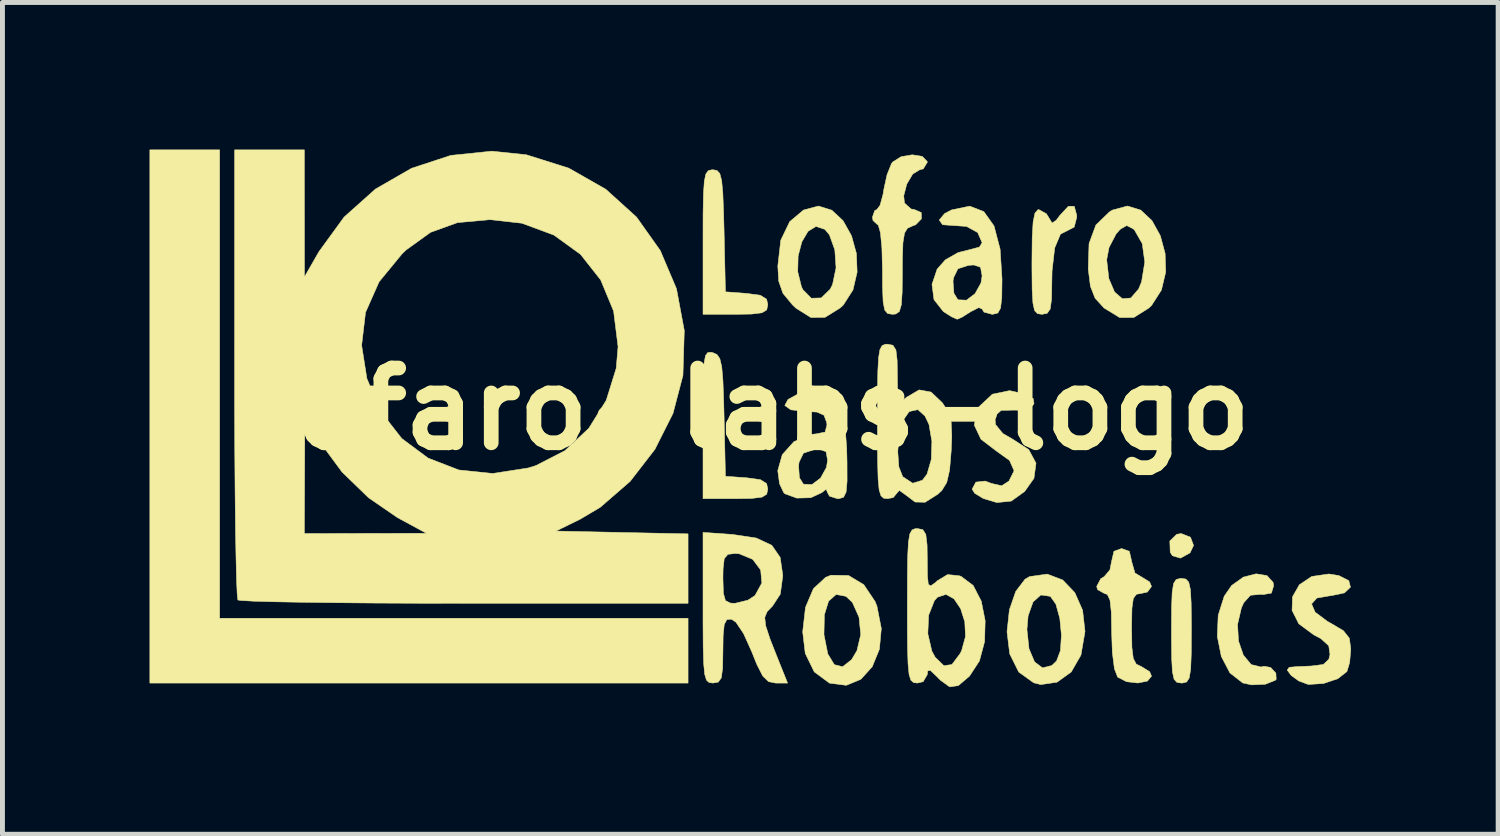
<source format=kicad_pcb>
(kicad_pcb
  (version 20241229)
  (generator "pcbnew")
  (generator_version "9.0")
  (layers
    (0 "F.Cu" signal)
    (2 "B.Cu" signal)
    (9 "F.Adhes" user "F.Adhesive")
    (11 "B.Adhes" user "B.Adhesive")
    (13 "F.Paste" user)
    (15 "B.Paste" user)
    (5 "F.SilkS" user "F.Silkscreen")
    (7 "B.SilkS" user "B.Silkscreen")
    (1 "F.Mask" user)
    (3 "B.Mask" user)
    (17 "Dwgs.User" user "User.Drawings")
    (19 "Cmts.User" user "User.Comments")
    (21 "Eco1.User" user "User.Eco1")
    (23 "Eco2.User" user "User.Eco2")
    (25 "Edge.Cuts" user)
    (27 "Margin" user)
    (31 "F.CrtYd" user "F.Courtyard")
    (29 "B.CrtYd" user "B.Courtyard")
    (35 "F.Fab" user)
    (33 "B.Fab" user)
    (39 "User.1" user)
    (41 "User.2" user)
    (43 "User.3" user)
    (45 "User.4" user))
  (footprint "lofaro-labs-logo"
    (layer "F.Cu")
    (at 12.299 5.288)
    (property "Reference" "lofaro-labs-logo" (at 0 0 0) (layer "F.SilkS") (effects (font (size 1.524 1.524) (thickness 0.3))))
    (attr through_hole)
    (fp_poly (pts (xy -10.871 4.267) (xy -1.321 4.267) (xy -1.321 5.588) (xy -12.294 5.588) (xy -12.294 -5.283) (xy -10.871 -5.283) (xy -10.871 4.267)) (stroke (width 0.01) (type solid)) (fill yes) (layer "F.SilkS"))
    (fp_poly (pts (xy 8.922 2.614) (xy 8.985 2.781) (xy 8.913 2.934) (xy 8.718 3.041) (xy 8.554 2.993) (xy 8.509 2.921) (xy 8.501 2.692) (xy 8.641 2.555) (xy 8.735 2.54) (xy 8.922 2.614)) (stroke (width 0.01) (type solid)) (fill yes) (layer "F.SilkS"))
    (fp_poly (pts (xy -0.816 -1.148) (xy -0.731 -1.11) (xy -0.673 -1.025) (xy -0.634 -0.858) (xy -0.61 -0.575) (xy -0.594 -0.14) (xy -0.587 0.138) (xy -0.559 1.372) (xy -0.127 1.403) (xy 0.153 1.441) (xy 0.28 1.52) (xy 0.305 1.631) (xy 0.283 1.738) (xy 0.186 1.798) (xy -0.029 1.824) (xy -0.356 1.829) (xy -1.016 1.829) (xy -1.016 0.314) (xy -1.015 -0.268) (xy -1.008 -0.677) (xy -0.993 -0.941) (xy -0.965 -1.089) (xy -0.919 -1.151) (xy -0.852 -1.156) (xy -0.816 -1.148)) (stroke (width 0.01) (type solid)) (fill yes) (layer "F.SilkS"))
    (fp_poly (pts (xy -0.732 -4.863) (xy -0.674 -4.801) (xy -0.636 -4.656) (xy -0.612 -4.396) (xy -0.596 -3.987) (xy -0.587 -3.632) (xy -0.559 -2.388) (xy -0.127 -2.356) (xy 0.153 -2.318) (xy 0.28 -2.239) (xy 0.305 -2.128) (xy 0.283 -2.021) (xy 0.186 -1.961) (xy -0.029 -1.935) (xy -0.356 -1.93) (xy -1.016 -1.93) (xy -1.016 -3.404) (xy -1.015 -3.978) (xy -1.007 -4.38) (xy -0.99 -4.64) (xy -0.959 -4.789) (xy -0.91 -4.858) (xy -0.838 -4.876) (xy -0.816 -4.877) (xy -0.732 -4.863)) (stroke (width 0.01) (type solid)) (fill yes) (layer "F.SilkS"))
    (fp_poly (pts (xy 8.828 3.468) (xy 8.887 3.532) (xy 8.921 3.683) (xy 8.936 3.956) (xy 8.941 4.388) (xy 8.941 4.521) (xy 8.938 4.997) (xy 8.926 5.306) (xy 8.897 5.483) (xy 8.845 5.565) (xy 8.763 5.587) (xy 8.738 5.588) (xy 8.647 5.575) (xy 8.588 5.511) (xy 8.554 5.36) (xy 8.539 5.087) (xy 8.534 4.655) (xy 8.534 4.521) (xy 8.537 4.045) (xy 8.549 3.737) (xy 8.578 3.559) (xy 8.63 3.477) (xy 8.712 3.455) (xy 8.738 3.454) (xy 8.828 3.468)) (stroke (width 0.01) (type solid)) (fill yes) (layer "F.SilkS"))
    (fp_poly (pts (xy 6.603 -3.948) (xy 6.604 -3.912) (xy 6.552 -3.709) (xy 6.455 -3.658) (xy 6.272 -3.565) (xy 6.154 -3.284) (xy 6.1 -2.813) (xy 6.096 -2.597) (xy 6.09 -2.238) (xy 6.062 -2.037) (xy 5.999 -1.949) (xy 5.893 -1.93) (xy 5.802 -1.944) (xy 5.743 -2.008) (xy 5.71 -2.159) (xy 5.694 -2.432) (xy 5.69 -2.864) (xy 5.69 -2.997) (xy 5.695 -3.492) (xy 5.714 -3.813) (xy 5.751 -3.993) (xy 5.81 -4.061) (xy 5.831 -4.064) (xy 5.984 -3.981) (xy 6.038 -3.894) (xy 6.1 -3.791) (xy 6.184 -3.846) (xy 6.258 -3.945) (xy 6.432 -4.132) (xy 6.553 -4.133) (xy 6.603 -3.948)) (stroke (width 0.01) (type solid)) (fill yes) (layer "F.SilkS"))
    (fp_poly (pts (xy 10.482 3.397) (xy 10.607 3.536) (xy 10.617 3.607) (xy 10.572 3.754) (xy 10.402 3.784) (xy 10.352 3.779) (xy 10.145 3.798) (xy 10.009 3.949) (xy 9.96 4.057) (xy 9.882 4.393) (xy 9.901 4.73) (xy 10 5.018) (xy 10.16 5.211) (xy 10.362 5.261) (xy 10.417 5.245) (xy 10.555 5.269) (xy 10.663 5.385) (xy 10.67 5.511) (xy 10.655 5.529) (xy 10.45 5.612) (xy 10.17 5.625) (xy 9.988 5.586) (xy 9.726 5.381) (xy 9.551 5.046) (xy 9.469 4.636) (xy 9.487 4.208) (xy 9.61 3.818) (xy 9.761 3.599) (xy 10 3.428) (xy 10.26 3.361) (xy 10.482 3.397)) (stroke (width 0.01) (type solid)) (fill yes) (layer "F.SilkS"))
    (fp_poly (pts (xy 5.527 -0.309) (xy 5.716 -0.211) (xy 5.732 -0.109) (xy 5.7 -0.063) (xy 5.512 0.027) (xy 5.323 0.023) (xy 5.062 0.029) (xy 4.935 0.143) (xy 4.946 0.315) (xy 5.095 0.499) (xy 5.294 0.614) (xy 5.625 0.829) (xy 5.773 1.105) (xy 5.731 1.414) (xy 5.542 1.681) (xy 5.269 1.878) (xy 4.975 1.908) (xy 4.699 1.826) (xy 4.523 1.719) (xy 4.47 1.635) (xy 4.547 1.491) (xy 4.735 1.47) (xy 4.868 1.519) (xy 5.073 1.566) (xy 5.221 1.47) (xy 5.326 1.26) (xy 5.233 1.049) (xy 4.962 0.855) (xy 4.65 0.616) (xy 4.515 0.33) (xy 4.57 0.024) (xy 4.61 -0.045) (xy 4.883 -0.301) (xy 5.234 -0.374) (xy 5.527 -0.309)) (stroke (width 0.01) (type solid)) (fill yes) (layer "F.SilkS"))
    (fp_poly (pts (xy 1.951 3.395) (xy 2.261 3.581) (xy 2.492 3.925) (xy 2.53 4.021) (xy 2.619 4.476) (xy 2.58 4.898) (xy 2.434 5.255) (xy 2.202 5.511) (xy 1.905 5.634) (xy 1.565 5.59) (xy 1.56 5.588) (xy 1.252 5.36) (xy 1.068 4.983) (xy 1.022 4.593) (xy 1.45 4.593) (xy 1.451 4.608) (xy 1.528 4.994) (xy 1.661 5.213) (xy 1.83 5.255) (xy 2.013 5.111) (xy 2.122 4.928) (xy 2.2 4.599) (xy 2.164 4.244) (xy 2.03 3.945) (xy 1.899 3.82) (xy 1.698 3.782) (xy 1.545 3.916) (xy 1.458 4.196) (xy 1.45 4.593) (xy 1.022 4.593) (xy 1.016 4.544) (xy 1.073 4.044) (xy 1.235 3.663) (xy 1.485 3.431) (xy 1.595 3.389) (xy 1.951 3.395)) (stroke (width 0.01) (type solid)) (fill yes) (layer "F.SilkS"))
    (fp_poly (pts (xy 6.318 3.487) (xy 6.564 3.744) (xy 6.723 4.104) (xy 6.772 4.536) (xy 6.691 5.007) (xy 6.685 5.025) (xy 6.491 5.362) (xy 6.202 5.57) (xy 5.87 5.619) (xy 5.726 5.583) (xy 5.421 5.364) (xy 5.237 4.994) (xy 5.182 4.544) (xy 5.187 4.496) (xy 5.588 4.496) (xy 5.63 4.888) (xy 5.743 5.156) (xy 5.905 5.278) (xy 6.094 5.231) (xy 6.191 5.139) (xy 6.271 4.926) (xy 6.291 4.61) (xy 6.258 4.269) (xy 6.178 3.979) (xy 6.065 3.82) (xy 5.871 3.792) (xy 5.712 3.935) (xy 5.612 4.218) (xy 5.588 4.496) (xy 5.187 4.496) (xy 5.23 4.096) (xy 5.359 3.721) (xy 5.548 3.472) (xy 5.643 3.416) (xy 6.003 3.367) (xy 6.318 3.487)) (stroke (width 0.01) (type solid)) (fill yes) (layer "F.SilkS"))
    (fp_poly (pts (xy 1.61 -4.052) (xy 1.839 -3.839) (xy 2.011 -3.532) (xy 2.111 -3.171) (xy 2.126 -2.79) (xy 2.041 -2.427) (xy 1.844 -2.119) (xy 1.782 -2.061) (xy 1.471 -1.868) (xy 1.182 -1.865) (xy 0.88 -2.054) (xy 0.805 -2.126) (xy 0.613 -2.359) (xy 0.527 -2.607) (xy 0.516 -2.799) (xy 0.915 -2.799) (xy 0.99 -2.494) (xy 1.02 -2.432) (xy 1.192 -2.258) (xy 1.394 -2.264) (xy 1.576 -2.441) (xy 1.625 -2.538) (xy 1.696 -2.878) (xy 1.671 -3.244) (xy 1.561 -3.55) (xy 1.469 -3.661) (xy 1.287 -3.722) (xy 1.125 -3.622) (xy 0.998 -3.406) (xy 0.923 -3.118) (xy 0.915 -2.799) (xy 0.516 -2.799) (xy 0.509 -2.913) (xy 0.569 -3.44) (xy 0.752 -3.82) (xy 1.033 -4.056) (xy 1.337 -4.137) (xy 1.61 -4.052)) (stroke (width 0.01) (type solid)) (fill yes) (layer "F.SilkS"))
    (fp_poly (pts (xy 7.909 -4.054) (xy 8.137 -3.84) (xy 8.307 -3.534) (xy 8.405 -3.172) (xy 8.417 -2.79) (xy 8.33 -2.425) (xy 8.131 -2.114) (xy 8.072 -2.057) (xy 7.767 -1.865) (xy 7.478 -1.864) (xy 7.166 -2.055) (xy 7.153 -2.066) (xy 6.977 -2.259) (xy 6.882 -2.502) (xy 6.838 -2.853) (xy 6.844 -3.043) (xy 7.214 -3.043) (xy 7.258 -2.657) (xy 7.374 -2.386) (xy 7.533 -2.248) (xy 7.705 -2.262) (xy 7.864 -2.444) (xy 7.925 -2.591) (xy 7.991 -2.995) (xy 7.939 -3.371) (xy 7.78 -3.649) (xy 7.754 -3.673) (xy 7.62 -3.74) (xy 7.489 -3.663) (xy 7.405 -3.567) (xy 7.262 -3.293) (xy 7.214 -3.043) (xy 6.844 -3.043) (xy 6.854 -3.372) (xy 6.994 -3.751) (xy 7.272 -4.02) (xy 7.333 -4.056) (xy 7.637 -4.138) (xy 7.909 -4.054)) (stroke (width 0.01) (type solid)) (fill yes) (layer "F.SilkS"))
    (fp_poly (pts (xy 7.676 2.902) (xy 7.722 3.102) (xy 7.722 3.108) (xy 7.79 3.344) (xy 7.925 3.425) (xy 8.09 3.527) (xy 8.128 3.619) (xy 8.043 3.733) (xy 7.925 3.759) (xy 7.819 3.778) (xy 7.757 3.864) (xy 7.729 4.059) (xy 7.722 4.408) (xy 7.722 4.48) (xy 7.728 4.862) (xy 7.756 5.087) (xy 7.817 5.202) (xy 7.924 5.253) (xy 7.925 5.254) (xy 8.09 5.356) (xy 8.128 5.447) (xy 8.044 5.548) (xy 7.848 5.587) (xy 7.619 5.56) (xy 7.438 5.467) (xy 7.437 5.466) (xy 7.371 5.295) (xy 7.329 4.962) (xy 7.315 4.552) (xy 7.308 4.141) (xy 7.281 3.896) (xy 7.227 3.782) (xy 7.163 3.759) (xy 7.028 3.683) (xy 7.01 3.618) (xy 7.092 3.461) (xy 7.163 3.418) (xy 7.279 3.282) (xy 7.315 3.102) (xy 7.362 2.901) (xy 7.518 2.845) (xy 7.676 2.902)) (stroke (width 0.01) (type solid)) (fill yes) (layer "F.SilkS"))
    (fp_poly (pts (xy 11.945 3.396) (xy 12.15 3.5) (xy 12.184 3.633) (xy 12.062 3.749) (xy 11.803 3.804) (xy 11.787 3.805) (xy 11.499 3.854) (xy 11.391 3.975) (xy 11.463 4.142) (xy 11.715 4.331) (xy 11.779 4.366) (xy 12.041 4.521) (xy 12.161 4.674) (xy 12.19 4.89) (xy 12.19 4.904) (xy 12.167 5.171) (xy 12.112 5.353) (xy 12.112 5.353) (xy 11.926 5.499) (xy 11.634 5.597) (xy 11.336 5.616) (xy 11.31 5.612) (xy 11.13 5.545) (xy 10.974 5.432) (xy 10.894 5.323) (xy 10.935 5.267) (xy 11.089 5.253) (xy 11.348 5.242) (xy 11.379 5.241) (xy 11.631 5.209) (xy 11.743 5.103) (xy 11.767 5.005) (xy 11.741 4.827) (xy 11.578 4.68) (xy 11.434 4.604) (xy 11.131 4.38) (xy 10.993 4.107) (xy 11.003 3.828) (xy 11.142 3.584) (xy 11.394 3.415) (xy 11.74 3.364) (xy 11.945 3.396)) (stroke (width 0.01) (type solid)) (fill yes) (layer "F.SilkS"))
    (fp_poly (pts (xy 3.453 -5.15) (xy 3.554 -5.047) (xy 3.556 -5.029) (xy 3.474 -4.895) (xy 3.401 -4.877) (xy 3.259 -4.79) (xy 3.138 -4.585) (xy 3.076 -4.346) (xy 3.091 -4.199) (xy 3.225 -4.078) (xy 3.299 -4.064) (xy 3.434 -4.004) (xy 3.437 -3.876) (xy 3.32 -3.756) (xy 3.251 -3.73) (xy 3.152 -3.685) (xy 3.092 -3.585) (xy 3.06 -3.39) (xy 3.049 -3.055) (xy 3.048 -2.804) (xy 3.044 -2.381) (xy 3.027 -2.122) (xy 2.987 -1.987) (xy 2.915 -1.937) (xy 2.845 -1.93) (xy 2.748 -1.946) (xy 2.688 -2.017) (xy 2.656 -2.184) (xy 2.644 -2.484) (xy 2.642 -2.845) (xy 2.631 -3.283) (xy 2.601 -3.595) (xy 2.557 -3.749) (xy 2.54 -3.759) (xy 2.45 -3.841) (xy 2.438 -3.912) (xy 2.486 -4.047) (xy 2.527 -4.064) (xy 2.594 -4.154) (xy 2.655 -4.379) (xy 2.67 -4.474) (xy 2.735 -4.774) (xy 2.826 -5.001) (xy 2.848 -5.033) (xy 3.022 -5.143) (xy 3.25 -5.182) (xy 3.453 -5.15)) (stroke (width 0.01) (type solid)) (fill yes) (layer "F.SilkS"))
    (fp_poly (pts (xy 4.709 -4.024) (xy 4.917 -3.732) (xy 5.041 -3.259) (xy 5.08 -2.645) (xy 5.075 -2.27) (xy 5.05 -2.055) (xy 4.994 -1.956) (xy 4.894 -1.931) (xy 4.877 -1.93) (xy 4.712 -1.975) (xy 4.674 -2.038) (xy 4.605 -2.067) (xy 4.448 -1.987) (xy 4.262 -1.87) (xy 4.166 -1.829) (xy 4.049 -1.881) (xy 3.883 -1.987) (xy 3.693 -2.229) (xy 3.652 -2.54) (xy 3.673 -2.602) (xy 4.081 -2.602) (xy 4.099 -2.359) (xy 4.181 -2.226) (xy 4.355 -2.218) (xy 4.53 -2.351) (xy 4.651 -2.569) (xy 4.674 -2.715) (xy 4.642 -2.889) (xy 4.505 -2.936) (xy 4.394 -2.928) (xy 4.181 -2.859) (xy 4.092 -2.677) (xy 4.081 -2.602) (xy 3.673 -2.602) (xy 3.757 -2.851) (xy 3.925 -3.041) (xy 4.185 -3.189) (xy 4.433 -3.251) (xy 4.621 -3.302) (xy 4.674 -3.391) (xy 4.584 -3.597) (xy 4.356 -3.722) (xy 4.109 -3.739) (xy 3.868 -3.756) (xy 3.8 -3.852) (xy 3.909 -3.984) (xy 4.053 -4.059) (xy 4.421 -4.135) (xy 4.709 -4.024)) (stroke (width 0.01) (type solid)) (fill yes) (layer "F.SilkS"))
    (fp_poly (pts (xy 1.388 -0.356) (xy 1.508 -0.296) (xy 1.688 -0.157) (xy 1.808 0.045) (xy 1.879 0.351) (xy 1.913 0.799) (xy 1.92 1.092) (xy 1.921 1.474) (xy 1.901 1.695) (xy 1.85 1.799) (xy 1.757 1.828) (xy 1.727 1.829) (xy 1.562 1.778) (xy 1.524 1.707) (xy 1.494 1.636) (xy 1.402 1.707) (xy 1.182 1.809) (xy 0.896 1.817) (xy 0.657 1.73) (xy 0.63 1.707) (xy 0.544 1.525) (xy 0.508 1.258) (xy 0.508 1.257) (xy 0.536 1.157) (xy 0.932 1.157) (xy 0.949 1.401) (xy 1.031 1.533) (xy 1.205 1.541) (xy 1.381 1.408) (xy 1.501 1.19) (xy 1.524 1.044) (xy 1.492 0.87) (xy 1.355 0.823) (xy 1.245 0.831) (xy 1.032 0.9) (xy 0.943 1.083) (xy 0.932 1.157) (xy 0.536 1.157) (xy 0.6 0.931) (xy 0.837 0.667) (xy 1.16 0.521) (xy 1.291 0.508) (xy 1.473 0.471) (xy 1.511 0.324) (xy 1.506 0.279) (xy 1.451 0.128) (xy 1.306 0.063) (xy 1.075 0.051) (xy 0.774 0.017) (xy 0.651 -0.071) (xy 0.716 -0.193) (xy 0.925 -0.309) (xy 1.184 -0.388) (xy 1.388 -0.356)) (stroke (width 0.01) (type solid)) (fill yes) (layer "F.SilkS"))
    (fp_poly (pts (xy -0.41 2.559) (xy 0.073 2.632) (xy 0.387 2.78) (xy 0.557 3.026) (xy 0.61 3.39) (xy 0.61 3.404) (xy 0.56 3.774) (xy 0.4 4.019) (xy 0.291 4.132) (xy 0.243 4.249) (xy 0.261 4.419) (xy 0.349 4.687) (xy 0.494 5.055) (xy 0.708 5.588) (xy 0.465 5.588) (xy 0.32 5.559) (xy 0.201 5.444) (xy 0.078 5.201) (xy -0.021 4.953) (xy -0.189 4.58) (xy -0.345 4.347) (xy -0.437 4.286) (xy -0.53 4.294) (xy -0.583 4.393) (xy -0.606 4.621) (xy -0.61 4.92) (xy -0.616 5.28) (xy -0.643 5.481) (xy -0.706 5.569) (xy -0.813 5.588) (xy -0.891 5.578) (xy -0.946 5.528) (xy -0.982 5.408) (xy -1.003 5.189) (xy -1.013 4.839) (xy -1.016 4.329) (xy -1.016 4.052) (xy -1.016 3.454) (xy -0.61 3.454) (xy -0.601 3.756) (xy -0.559 3.907) (xy -0.457 3.958) (xy -0.363 3.962) (xy -0.101 3.898) (xy 0.044 3.803) (xy 0.184 3.547) (xy 0.159 3.282) (xy -0.004 3.065) (xy -0.279 2.952) (xy -0.363 2.946) (xy -0.509 2.964) (xy -0.583 3.051) (xy -0.607 3.26) (xy -0.61 3.454) (xy -1.016 3.454) (xy -1.016 2.516) (xy -0.41 2.559)) (stroke (width 0.01) (type solid)) (fill yes) (layer "F.SilkS"))
    (fp_poly (pts (xy 2.856 -1.299) (xy 2.917 -1.203) (xy 2.942 -0.988) (xy 2.946 -0.695) (xy 2.95 -0.357) (xy 2.97 -0.188) (xy 3.02 -0.154) (xy 3.115 -0.223) (xy 3.132 -0.238) (xy 3.39 -0.389) (xy 3.633 -0.345) (xy 3.863 -0.127) (xy 3.983 0.057) (xy 4.043 0.263) (xy 4.056 0.558) (xy 4.044 0.85) (xy 4.011 1.247) (xy 3.953 1.498) (xy 3.852 1.663) (xy 3.769 1.739) (xy 3.512 1.902) (xy 3.307 1.897) (xy 3.121 1.756) (xy 2.986 1.66) (xy 2.946 1.705) (xy 2.862 1.806) (xy 2.743 1.829) (xy 2.666 1.819) (xy 2.612 1.77) (xy 2.575 1.652) (xy 2.554 1.435) (xy 2.544 1.09) (xy 2.542 0.866) (xy 2.954 0.866) (xy 2.976 1.179) (xy 3.055 1.38) (xy 3.259 1.514) (xy 3.457 1.453) (xy 3.552 1.327) (xy 3.638 1.028) (xy 3.65 0.659) (xy 3.591 0.316) (xy 3.511 0.146) (xy 3.364 0.013) (xy 3.201 0.049) (xy 3.181 0.061) (xy 3.064 0.231) (xy 2.985 0.525) (xy 2.954 0.866) (xy 2.542 0.866) (xy 2.54 0.587) (xy 2.54 0.254) (xy 2.541 -0.343) (xy 2.548 -0.766) (xy 2.563 -1.046) (xy 2.591 -1.211) (xy 2.635 -1.292) (xy 2.7 -1.319) (xy 2.743 -1.321) (xy 2.856 -1.299)) (stroke (width 0.01) (type solid)) (fill yes) (layer "F.SilkS"))
    (fp_poly (pts (xy 3.465 2.46) (xy 3.526 2.556) (xy 3.552 2.772) (xy 3.556 3.064) (xy 3.559 3.404) (xy 3.577 3.574) (xy 3.628 3.607) (xy 3.725 3.536) (xy 3.762 3.502) (xy 3.97 3.376) (xy 4.209 3.401) (xy 4.245 3.413) (xy 4.492 3.598) (xy 4.657 3.918) (xy 4.736 4.317) (xy 4.725 4.742) (xy 4.619 5.138) (xy 4.416 5.448) (xy 4.189 5.64) (xy 4.013 5.666) (xy 3.823 5.529) (xy 3.763 5.467) (xy 3.618 5.329) (xy 3.563 5.341) (xy 3.556 5.416) (xy 3.472 5.56) (xy 3.353 5.588) (xy 3.276 5.578) (xy 3.221 5.529) (xy 3.185 5.411) (xy 3.164 5.195) (xy 3.153 4.85) (xy 3.151 4.582) (xy 3.567 4.582) (xy 3.65 4.938) (xy 3.718 5.063) (xy 3.895 5.234) (xy 4.059 5.21) (xy 4.225 4.988) (xy 4.256 4.928) (xy 4.335 4.639) (xy 4.321 4.34) (xy 4.236 4.071) (xy 4.101 3.871) (xy 3.937 3.78) (xy 3.765 3.837) (xy 3.702 3.906) (xy 3.584 4.205) (xy 3.567 4.582) (xy 3.151 4.582) (xy 3.15 4.347) (xy 3.15 4.013) (xy 3.151 3.416) (xy 3.157 2.993) (xy 3.172 2.713) (xy 3.2 2.548) (xy 3.245 2.467) (xy 3.31 2.44) (xy 3.353 2.438) (xy 3.465 2.46)) (stroke (width 0.01) (type solid)) (fill yes) (layer "F.SilkS"))
    (fp_poly (pts (xy -9.142 -2.692) (xy -8.846 -3.208) (xy -8.333 -3.913) (xy -7.694 -4.484) (xy -6.959 -4.907) (xy -6.158 -5.17) (xy -5.322 -5.256) (xy -4.618 -5.183) (xy -3.753 -4.91) (xy -2.999 -4.48) (xy -2.372 -3.913) (xy -1.887 -3.229) (xy -1.557 -2.451) (xy -1.398 -1.598) (xy -1.425 -0.691) (xy -1.427 -0.677) (xy -1.628 0.09) (xy -1.996 0.822) (xy -2.501 1.475) (xy -3.109 2.003) (xy -3.522 2.248) (xy -4.013 2.489) (xy -2.667 2.518) (xy -1.321 2.546) (xy -1.321 3.254) (xy -1.321 3.962) (xy -5.876 3.962) (xy -6.819 3.961) (xy -7.699 3.957) (xy -8.495 3.95) (xy -9.187 3.941) (xy -9.754 3.931) (xy -10.175 3.919) (xy -10.429 3.905) (xy -10.499 3.895) (xy -10.513 3.782) (xy -10.526 3.487) (xy -10.537 3.03) (xy -10.546 2.54) (xy -9.144 2.54) (xy -7.899 2.537) (xy -6.655 2.535) (xy -7.247 2.214) (xy -7.835 1.81) (xy -8.376 1.285) (xy -8.804 0.705) (xy -8.923 0.486) (xy -9.134 0.051) (xy -9.144 2.54) (xy -10.546 2.54) (xy -10.548 2.433) (xy -10.556 1.714) (xy -10.562 0.897) (xy -10.566 0.000022) (xy -10.566 -0.728) (xy -10.566 -1.297) (xy -7.976 -1.297) (xy -7.869 -0.62) (xy -7.583 0.057) (xy -7.158 0.602) (xy -6.62 1.002) (xy -5.993 1.244) (xy -5.303 1.315) (xy -4.577 1.202) (xy -4.423 1.154) (xy -3.832 0.85) (xy -3.346 0.395) (xy -2.989 -0.177) (xy -2.786 -0.829) (xy -2.748 -1.27) (xy -2.839 -1.995) (xy -3.102 -2.63) (xy -3.514 -3.153) (xy -4.056 -3.545) (xy -4.709 -3.787) (xy -5.363 -3.86) (xy -6.022 -3.799) (xy -6.571 -3.601) (xy -7.068 -3.243) (xy -7.146 -3.17) (xy -7.62 -2.593) (xy -7.897 -1.968) (xy -7.976 -1.297) (xy -10.566 -1.297) (xy -10.566 -5.283) (xy -9.144 -5.283) (xy -9.142 -2.692)) (stroke (width 0.01) (type solid)) (fill yes) (layer "F.SilkS")))
  (gr_rect
    (start -3 -3)
    (end 27.494 13.959)
    (stroke (width 0.1) (type default))
    (fill no)
    (layer "Edge.Cuts")))
</source>
